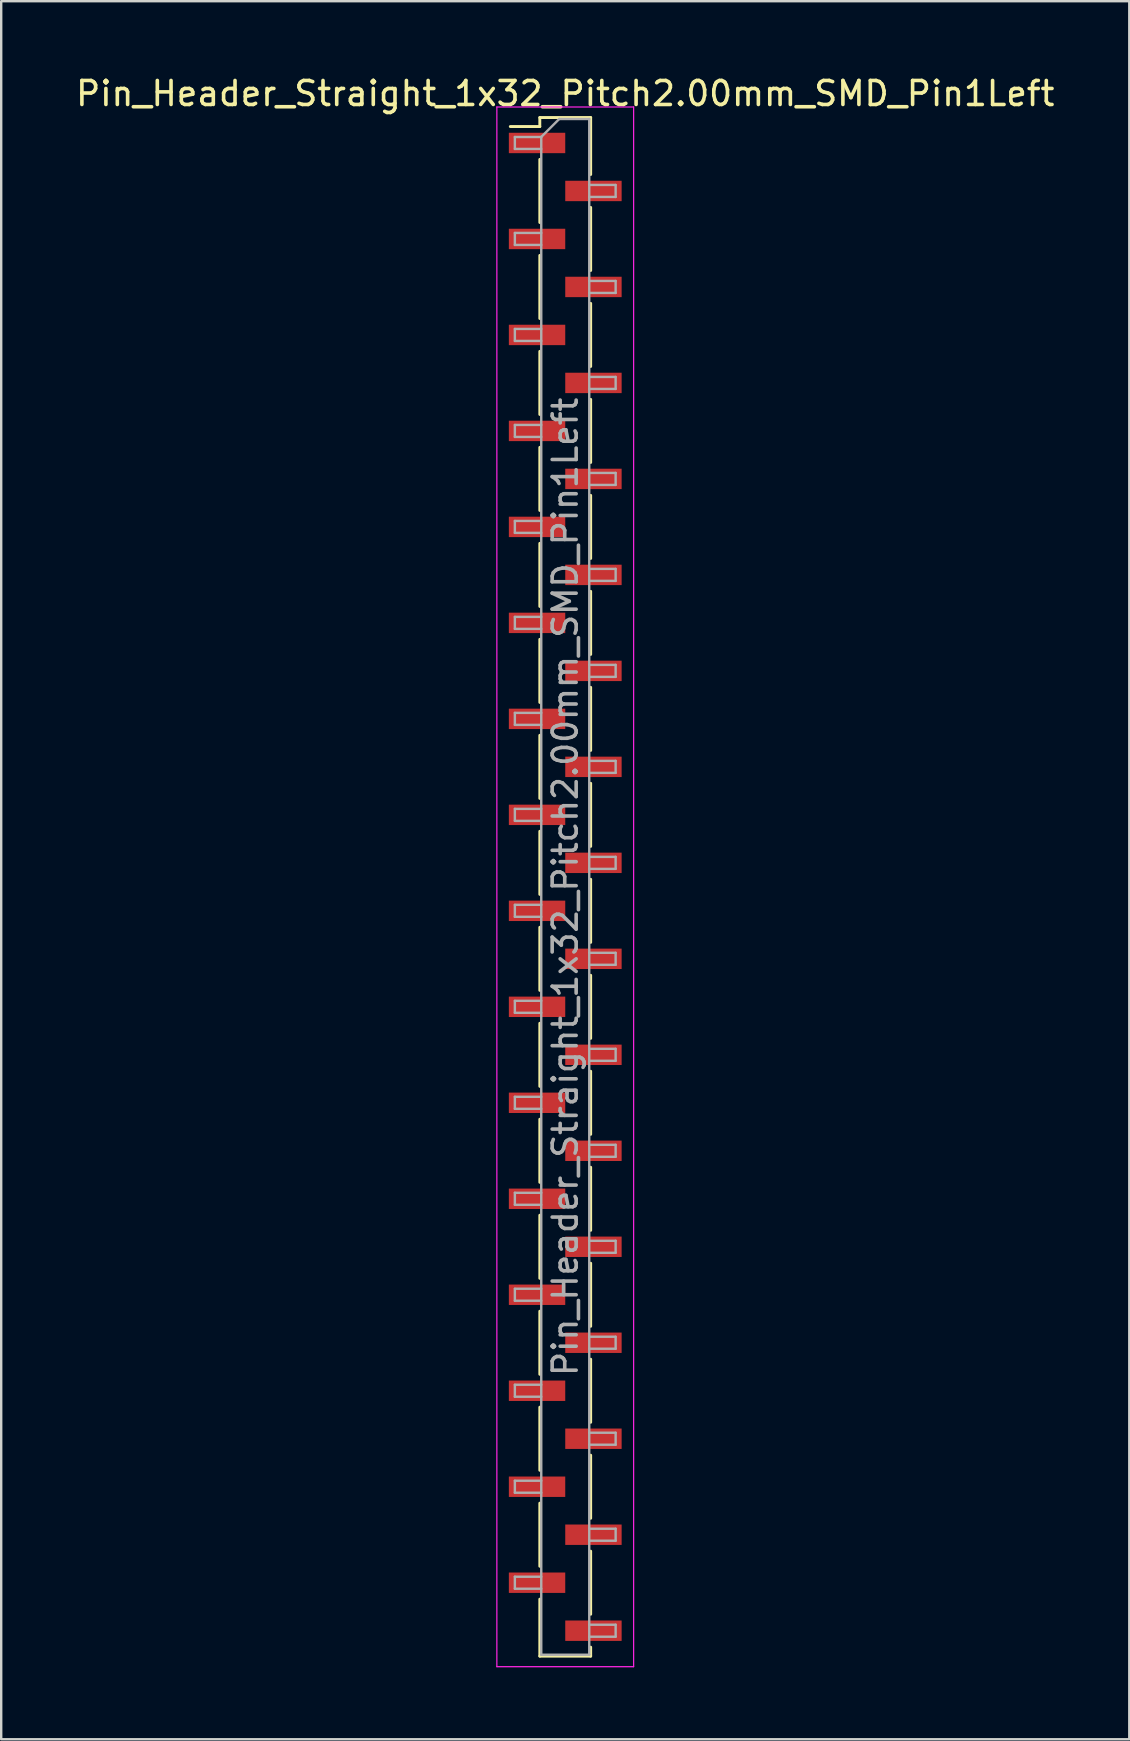
<source format=kicad_pcb>
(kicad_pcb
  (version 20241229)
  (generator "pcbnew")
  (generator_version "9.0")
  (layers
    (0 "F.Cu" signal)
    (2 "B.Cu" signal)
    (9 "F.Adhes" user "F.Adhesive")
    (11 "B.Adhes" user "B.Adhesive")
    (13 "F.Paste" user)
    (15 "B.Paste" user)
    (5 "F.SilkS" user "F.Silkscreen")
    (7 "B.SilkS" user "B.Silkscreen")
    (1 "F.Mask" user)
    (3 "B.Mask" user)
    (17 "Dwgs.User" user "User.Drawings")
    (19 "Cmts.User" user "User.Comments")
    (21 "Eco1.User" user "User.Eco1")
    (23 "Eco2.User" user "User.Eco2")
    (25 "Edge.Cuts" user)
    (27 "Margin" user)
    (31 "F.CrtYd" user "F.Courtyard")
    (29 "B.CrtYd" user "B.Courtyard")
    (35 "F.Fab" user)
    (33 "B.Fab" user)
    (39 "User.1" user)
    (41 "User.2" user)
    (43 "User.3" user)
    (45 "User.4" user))
  (footprint "Pin_Header_Straight_1x32_Pitch2.00mm_SMD_Pin1Left"
    (layer "F.Cu")
    (at 20.506 33.908)
    (property "Reference" "Pin_Header_Straight_1x32_Pitch2.00mm_SMD_Pin1Left" (at 0 -33.06 0) (layer "F.SilkS") (effects (font (size 1 1) (thickness 0.15))))
    (attr smd)
    (fp_line (start -1.06 -32.06) (end -1.06 -31.685) (stroke (width 0.12) (type solid)) (layer "F.SilkS"))
    (fp_line (start -1.06 -32.06) (end 1.06 -32.06) (stroke (width 0.12) (type solid)) (layer "F.SilkS"))
    (fp_line (start -1.06 -31.685) (end -2.29 -31.685) (stroke (width 0.12) (type solid)) (layer "F.SilkS"))
    (fp_line (start -1.06 -30.315) (end -1.06 -27.685) (stroke (width 0.12) (type solid)) (layer "F.SilkS"))
    (fp_line (start -1.06 -26.315) (end -1.06 -23.685) (stroke (width 0.12) (type solid)) (layer "F.SilkS"))
    (fp_line (start -1.06 -22.315) (end -1.06 -19.685) (stroke (width 0.12) (type solid)) (layer "F.SilkS"))
    (fp_line (start -1.06 -18.315) (end -1.06 -15.685) (stroke (width 0.12) (type solid)) (layer "F.SilkS"))
    (fp_line (start -1.06 -14.315) (end -1.06 -11.685) (stroke (width 0.12) (type solid)) (layer "F.SilkS"))
    (fp_line (start -1.06 -10.315) (end -1.06 -7.685) (stroke (width 0.12) (type solid)) (layer "F.SilkS"))
    (fp_line (start -1.06 -6.315) (end -1.06 -3.685) (stroke (width 0.12) (type solid)) (layer "F.SilkS"))
    (fp_line (start -1.06 -2.315) (end -1.06 0.315) (stroke (width 0.12) (type solid)) (layer "F.SilkS"))
    (fp_line (start -1.06 1.685) (end -1.06 4.315) (stroke (width 0.12) (type solid)) (layer "F.SilkS"))
    (fp_line (start -1.06 5.685) (end -1.06 8.315) (stroke (width 0.12) (type solid)) (layer "F.SilkS"))
    (fp_line (start -1.06 9.685) (end -1.06 12.315) (stroke (width 0.12) (type solid)) (layer "F.SilkS"))
    (fp_line (start -1.06 13.685) (end -1.06 16.315) (stroke (width 0.12) (type solid)) (layer "F.SilkS"))
    (fp_line (start -1.06 17.685) (end -1.06 20.315) (stroke (width 0.12) (type solid)) (layer "F.SilkS"))
    (fp_line (start -1.06 21.685) (end -1.06 24.315) (stroke (width 0.12) (type solid)) (layer "F.SilkS"))
    (fp_line (start -1.06 25.685) (end -1.06 28.315) (stroke (width 0.12) (type solid)) (layer "F.SilkS"))
    (fp_line (start -1.06 29.685) (end -1.06 32.06) (stroke (width 0.12) (type solid)) (layer "F.SilkS"))
    (fp_line (start -1.06 32.06) (end 1.06 32.06) (stroke (width 0.12) (type solid)) (layer "F.SilkS"))
    (fp_line (start 1.06 -32.06) (end 1.06 -29.685) (stroke (width 0.12) (type solid)) (layer "F.SilkS"))
    (fp_line (start 1.06 -28.315) (end 1.06 -25.685) (stroke (width 0.12) (type solid)) (layer "F.SilkS"))
    (fp_line (start 1.06 -24.315) (end 1.06 -21.685) (stroke (width 0.12) (type solid)) (layer "F.SilkS"))
    (fp_line (start 1.06 -20.315) (end 1.06 -17.685) (stroke (width 0.12) (type solid)) (layer "F.SilkS"))
    (fp_line (start 1.06 -16.315) (end 1.06 -13.685) (stroke (width 0.12) (type solid)) (layer "F.SilkS"))
    (fp_line (start 1.06 -12.315) (end 1.06 -9.685) (stroke (width 0.12) (type solid)) (layer "F.SilkS"))
    (fp_line (start 1.06 -8.315) (end 1.06 -5.685) (stroke (width 0.12) (type solid)) (layer "F.SilkS"))
    (fp_line (start 1.06 -4.315) (end 1.06 -1.685) (stroke (width 0.12) (type solid)) (layer "F.SilkS"))
    (fp_line (start 1.06 -0.315) (end 1.06 2.315) (stroke (width 0.12) (type solid)) (layer "F.SilkS"))
    (fp_line (start 1.06 3.685) (end 1.06 6.315) (stroke (width 0.12) (type solid)) (layer "F.SilkS"))
    (fp_line (start 1.06 7.685) (end 1.06 10.315) (stroke (width 0.12) (type solid)) (layer "F.SilkS"))
    (fp_line (start 1.06 11.685) (end 1.06 14.315) (stroke (width 0.12) (type solid)) (layer "F.SilkS"))
    (fp_line (start 1.06 15.685) (end 1.06 18.315) (stroke (width 0.12) (type solid)) (layer "F.SilkS"))
    (fp_line (start 1.06 19.685) (end 1.06 22.315) (stroke (width 0.12) (type solid)) (layer "F.SilkS"))
    (fp_line (start 1.06 23.685) (end 1.06 26.315) (stroke (width 0.12) (type solid)) (layer "F.SilkS"))
    (fp_line (start 1.06 27.685) (end 1.06 30.315) (stroke (width 0.12) (type solid)) (layer "F.SilkS"))
    (fp_line (start 1.06 31.685) (end 1.06 32.06) (stroke (width 0.12) (type solid)) (layer "F.SilkS"))
    (fp_line (start -2.85 -32.5) (end -2.85 32.5) (stroke (width 0.05) (type solid)) (layer "F.CrtYd"))
    (fp_line (start -2.85 32.5) (end 2.85 32.5) (stroke (width 0.05) (type solid)) (layer "F.CrtYd"))
    (fp_line (start 2.85 -32.5) (end -2.85 -32.5) (stroke (width 0.05) (type solid)) (layer "F.CrtYd"))
    (fp_line (start 2.85 32.5) (end 2.85 -32.5) (stroke (width 0.05) (type solid)) (layer "F.CrtYd"))
    (fp_line (start -2.1 -31.25) (end -2.1 -30.75) (stroke (width 0.1) (type solid)) (layer "F.Fab"))
    (fp_line (start -2.1 -30.75) (end -1 -30.75) (stroke (width 0.1) (type solid)) (layer "F.Fab"))
    (fp_line (start -2.1 -27.25) (end -2.1 -26.75) (stroke (width 0.1) (type solid)) (layer "F.Fab"))
    (fp_line (start -2.1 -26.75) (end -1 -26.75) (stroke (width 0.1) (type solid)) (layer "F.Fab"))
    (fp_line (start -2.1 -23.25) (end -2.1 -22.75) (stroke (width 0.1) (type solid)) (layer "F.Fab"))
    (fp_line (start -2.1 -22.75) (end -1 -22.75) (stroke (width 0.1) (type solid)) (layer "F.Fab"))
    (fp_line (start -2.1 -19.25) (end -2.1 -18.75) (stroke (width 0.1) (type solid)) (layer "F.Fab"))
    (fp_line (start -2.1 -18.75) (end -1 -18.75) (stroke (width 0.1) (type solid)) (layer "F.Fab"))
    (fp_line (start -2.1 -15.25) (end -2.1 -14.75) (stroke (width 0.1) (type solid)) (layer "F.Fab"))
    (fp_line (start -2.1 -14.75) (end -1 -14.75) (stroke (width 0.1) (type solid)) (layer "F.Fab"))
    (fp_line (start -2.1 -11.25) (end -2.1 -10.75) (stroke (width 0.1) (type solid)) (layer "F.Fab"))
    (fp_line (start -2.1 -10.75) (end -1 -10.75) (stroke (width 0.1) (type solid)) (layer "F.Fab"))
    (fp_line (start -2.1 -7.25) (end -2.1 -6.75) (stroke (width 0.1) (type solid)) (layer "F.Fab"))
    (fp_line (start -2.1 -6.75) (end -1 -6.75) (stroke (width 0.1) (type solid)) (layer "F.Fab"))
    (fp_line (start -2.1 -3.25) (end -2.1 -2.75) (stroke (width 0.1) (type solid)) (layer "F.Fab"))
    (fp_line (start -2.1 -2.75) (end -1 -2.75) (stroke (width 0.1) (type solid)) (layer "F.Fab"))
    (fp_line (start -2.1 0.75) (end -2.1 1.25) (stroke (width 0.1) (type solid)) (layer "F.Fab"))
    (fp_line (start -2.1 1.25) (end -1 1.25) (stroke (width 0.1) (type solid)) (layer "F.Fab"))
    (fp_line (start -2.1 4.75) (end -2.1 5.25) (stroke (width 0.1) (type solid)) (layer "F.Fab"))
    (fp_line (start -2.1 5.25) (end -1 5.25) (stroke (width 0.1) (type solid)) (layer "F.Fab"))
    (fp_line (start -2.1 8.75) (end -2.1 9.25) (stroke (width 0.1) (type solid)) (layer "F.Fab"))
    (fp_line (start -2.1 9.25) (end -1 9.25) (stroke (width 0.1) (type solid)) (layer "F.Fab"))
    (fp_line (start -2.1 12.75) (end -2.1 13.25) (stroke (width 0.1) (type solid)) (layer "F.Fab"))
    (fp_line (start -2.1 13.25) (end -1 13.25) (stroke (width 0.1) (type solid)) (layer "F.Fab"))
    (fp_line (start -2.1 16.75) (end -2.1 17.25) (stroke (width 0.1) (type solid)) (layer "F.Fab"))
    (fp_line (start -2.1 17.25) (end -1 17.25) (stroke (width 0.1) (type solid)) (layer "F.Fab"))
    (fp_line (start -2.1 20.75) (end -2.1 21.25) (stroke (width 0.1) (type solid)) (layer "F.Fab"))
    (fp_line (start -2.1 21.25) (end -1 21.25) (stroke (width 0.1) (type solid)) (layer "F.Fab"))
    (fp_line (start -2.1 24.75) (end -2.1 25.25) (stroke (width 0.1) (type solid)) (layer "F.Fab"))
    (fp_line (start -2.1 25.25) (end -1 25.25) (stroke (width 0.1) (type solid)) (layer "F.Fab"))
    (fp_line (start -2.1 28.75) (end -2.1 29.25) (stroke (width 0.1) (type solid)) (layer "F.Fab"))
    (fp_line (start -2.1 29.25) (end -1 29.25) (stroke (width 0.1) (type solid)) (layer "F.Fab"))
    (fp_line (start -1 -31.25) (end -2.1 -31.25) (stroke (width 0.1) (type solid)) (layer "F.Fab"))
    (fp_line (start -1 -31.25) (end -0.25 -32) (stroke (width 0.1) (type solid)) (layer "F.Fab"))
    (fp_line (start -1 -27.25) (end -2.1 -27.25) (stroke (width 0.1) (type solid)) (layer "F.Fab"))
    (fp_line (start -1 -23.25) (end -2.1 -23.25) (stroke (width 0.1) (type solid)) (layer "F.Fab"))
    (fp_line (start -1 -19.25) (end -2.1 -19.25) (stroke (width 0.1) (type solid)) (layer "F.Fab"))
    (fp_line (start -1 -15.25) (end -2.1 -15.25) (stroke (width 0.1) (type solid)) (layer "F.Fab"))
    (fp_line (start -1 -11.25) (end -2.1 -11.25) (stroke (width 0.1) (type solid)) (layer "F.Fab"))
    (fp_line (start -1 -7.25) (end -2.1 -7.25) (stroke (width 0.1) (type solid)) (layer "F.Fab"))
    (fp_line (start -1 -3.25) (end -2.1 -3.25) (stroke (width 0.1) (type solid)) (layer "F.Fab"))
    (fp_line (start -1 0.75) (end -2.1 0.75) (stroke (width 0.1) (type solid)) (layer "F.Fab"))
    (fp_line (start -1 4.75) (end -2.1 4.75) (stroke (width 0.1) (type solid)) (layer "F.Fab"))
    (fp_line (start -1 8.75) (end -2.1 8.75) (stroke (width 0.1) (type solid)) (layer "F.Fab"))
    (fp_line (start -1 12.75) (end -2.1 12.75) (stroke (width 0.1) (type solid)) (layer "F.Fab"))
    (fp_line (start -1 16.75) (end -2.1 16.75) (stroke (width 0.1) (type solid)) (layer "F.Fab"))
    (fp_line (start -1 20.75) (end -2.1 20.75) (stroke (width 0.1) (type solid)) (layer "F.Fab"))
    (fp_line (start -1 24.75) (end -2.1 24.75) (stroke (width 0.1) (type solid)) (layer "F.Fab"))
    (fp_line (start -1 28.75) (end -2.1 28.75) (stroke (width 0.1) (type solid)) (layer "F.Fab"))
    (fp_line (start -1 32) (end -1 -31.25) (stroke (width 0.1) (type solid)) (layer "F.Fab"))
    (fp_line (start -0.25 -32) (end 1 -32) (stroke (width 0.1) (type solid)) (layer "F.Fab"))
    (fp_line (start 1 -32) (end 1 32) (stroke (width 0.1) (type solid)) (layer "F.Fab"))
    (fp_line (start 1 -29.25) (end 2.1 -29.25) (stroke (width 0.1) (type solid)) (layer "F.Fab"))
    (fp_line (start 1 -25.25) (end 2.1 -25.25) (stroke (width 0.1) (type solid)) (layer "F.Fab"))
    (fp_line (start 1 -21.25) (end 2.1 -21.25) (stroke (width 0.1) (type solid)) (layer "F.Fab"))
    (fp_line (start 1 -17.25) (end 2.1 -17.25) (stroke (width 0.1) (type solid)) (layer "F.Fab"))
    (fp_line (start 1 -13.25) (end 2.1 -13.25) (stroke (width 0.1) (type solid)) (layer "F.Fab"))
    (fp_line (start 1 -9.25) (end 2.1 -9.25) (stroke (width 0.1) (type solid)) (layer "F.Fab"))
    (fp_line (start 1 -5.25) (end 2.1 -5.25) (stroke (width 0.1) (type solid)) (layer "F.Fab"))
    (fp_line (start 1 -1.25) (end 2.1 -1.25) (stroke (width 0.1) (type solid)) (layer "F.Fab"))
    (fp_line (start 1 2.75) (end 2.1 2.75) (stroke (width 0.1) (type solid)) (layer "F.Fab"))
    (fp_line (start 1 6.75) (end 2.1 6.75) (stroke (width 0.1) (type solid)) (layer "F.Fab"))
    (fp_line (start 1 10.75) (end 2.1 10.75) (stroke (width 0.1) (type solid)) (layer "F.Fab"))
    (fp_line (start 1 14.75) (end 2.1 14.75) (stroke (width 0.1) (type solid)) (layer "F.Fab"))
    (fp_line (start 1 18.75) (end 2.1 18.75) (stroke (width 0.1) (type solid)) (layer "F.Fab"))
    (fp_line (start 1 22.75) (end 2.1 22.75) (stroke (width 0.1) (type solid)) (layer "F.Fab"))
    (fp_line (start 1 26.75) (end 2.1 26.75) (stroke (width 0.1) (type solid)) (layer "F.Fab"))
    (fp_line (start 1 30.75) (end 2.1 30.75) (stroke (width 0.1) (type solid)) (layer "F.Fab"))
    (fp_line (start 1 32) (end -1 32) (stroke (width 0.1) (type solid)) (layer "F.Fab"))
    (fp_line (start 2.1 -29.25) (end 2.1 -28.75) (stroke (width 0.1) (type solid)) (layer "F.Fab"))
    (fp_line (start 2.1 -28.75) (end 1 -28.75) (stroke (width 0.1) (type solid)) (layer "F.Fab"))
    (fp_line (start 2.1 -25.25) (end 2.1 -24.75) (stroke (width 0.1) (type solid)) (layer "F.Fab"))
    (fp_line (start 2.1 -24.75) (end 1 -24.75) (stroke (width 0.1) (type solid)) (layer "F.Fab"))
    (fp_line (start 2.1 -21.25) (end 2.1 -20.75) (stroke (width 0.1) (type solid)) (layer "F.Fab"))
    (fp_line (start 2.1 -20.75) (end 1 -20.75) (stroke (width 0.1) (type solid)) (layer "F.Fab"))
    (fp_line (start 2.1 -17.25) (end 2.1 -16.75) (stroke (width 0.1) (type solid)) (layer "F.Fab"))
    (fp_line (start 2.1 -16.75) (end 1 -16.75) (stroke (width 0.1) (type solid)) (layer "F.Fab"))
    (fp_line (start 2.1 -13.25) (end 2.1 -12.75) (stroke (width 0.1) (type solid)) (layer "F.Fab"))
    (fp_line (start 2.1 -12.75) (end 1 -12.75) (stroke (width 0.1) (type solid)) (layer "F.Fab"))
    (fp_line (start 2.1 -9.25) (end 2.1 -8.75) (stroke (width 0.1) (type solid)) (layer "F.Fab"))
    (fp_line (start 2.1 -8.75) (end 1 -8.75) (stroke (width 0.1) (type solid)) (layer "F.Fab"))
    (fp_line (start 2.1 -5.25) (end 2.1 -4.75) (stroke (width 0.1) (type solid)) (layer "F.Fab"))
    (fp_line (start 2.1 -4.75) (end 1 -4.75) (stroke (width 0.1) (type solid)) (layer "F.Fab"))
    (fp_line (start 2.1 -1.25) (end 2.1 -0.75) (stroke (width 0.1) (type solid)) (layer "F.Fab"))
    (fp_line (start 2.1 -0.75) (end 1 -0.75) (stroke (width 0.1) (type solid)) (layer "F.Fab"))
    (fp_line (start 2.1 2.75) (end 2.1 3.25) (stroke (width 0.1) (type solid)) (layer "F.Fab"))
    (fp_line (start 2.1 3.25) (end 1 3.25) (stroke (width 0.1) (type solid)) (layer "F.Fab"))
    (fp_line (start 2.1 6.75) (end 2.1 7.25) (stroke (width 0.1) (type solid)) (layer "F.Fab"))
    (fp_line (start 2.1 7.25) (end 1 7.25) (stroke (width 0.1) (type solid)) (layer "F.Fab"))
    (fp_line (start 2.1 10.75) (end 2.1 11.25) (stroke (width 0.1) (type solid)) (layer "F.Fab"))
    (fp_line (start 2.1 11.25) (end 1 11.25) (stroke (width 0.1) (type solid)) (layer "F.Fab"))
    (fp_line (start 2.1 14.75) (end 2.1 15.25) (stroke (width 0.1) (type solid)) (layer "F.Fab"))
    (fp_line (start 2.1 15.25) (end 1 15.25) (stroke (width 0.1) (type solid)) (layer "F.Fab"))
    (fp_line (start 2.1 18.75) (end 2.1 19.25) (stroke (width 0.1) (type solid)) (layer "F.Fab"))
    (fp_line (start 2.1 19.25) (end 1 19.25) (stroke (width 0.1) (type solid)) (layer "F.Fab"))
    (fp_line (start 2.1 22.75) (end 2.1 23.25) (stroke (width 0.1) (type solid)) (layer "F.Fab"))
    (fp_line (start 2.1 23.25) (end 1 23.25) (stroke (width 0.1) (type solid)) (layer "F.Fab"))
    (fp_line (start 2.1 26.75) (end 2.1 27.25) (stroke (width 0.1) (type solid)) (layer "F.Fab"))
    (fp_line (start 2.1 27.25) (end 1 27.25) (stroke (width 0.1) (type solid)) (layer "F.Fab"))
    (fp_line (start 2.1 30.75) (end 2.1 31.25) (stroke (width 0.1) (type solid)) (layer "F.Fab"))
    (fp_line (start 2.1 31.25) (end 1 31.25) (stroke (width 0.1) (type solid)) (layer "F.Fab"))
    (fp_text user "${REFERENCE}" (at 0 0 90) (layer "F.Fab") (effects (font (size 1 1) (thickness 0.15))))
    (pad "1" smd rect (at -1.175 -31) (size 2.35 0.85) (layers "F.Cu" "F.Mask" "F.Paste"))
    (pad "2" smd rect (at 1.175 -29) (size 2.35 0.85) (layers "F.Cu" "F.Mask" "F.Paste"))
    (pad "3" smd rect (at -1.175 -27) (size 2.35 0.85) (layers "F.Cu" "F.Mask" "F.Paste"))
    (pad "4" smd rect (at 1.175 -25) (size 2.35 0.85) (layers "F.Cu" "F.Mask" "F.Paste"))
    (pad "5" smd rect (at -1.175 -23) (size 2.35 0.85) (layers "F.Cu" "F.Mask" "F.Paste"))
    (pad "6" smd rect (at 1.175 -21) (size 2.35 0.85) (layers "F.Cu" "F.Mask" "F.Paste"))
    (pad "7" smd rect (at -1.175 -19) (size 2.35 0.85) (layers "F.Cu" "F.Mask" "F.Paste"))
    (pad "8" smd rect (at 1.175 -17) (size 2.35 0.85) (layers "F.Cu" "F.Mask" "F.Paste"))
    (pad "9" smd rect (at -1.175 -15) (size 2.35 0.85) (layers "F.Cu" "F.Mask" "F.Paste"))
    (pad "10" smd rect (at 1.175 -13) (size 2.35 0.85) (layers "F.Cu" "F.Mask" "F.Paste"))
    (pad "11" smd rect (at -1.175 -11) (size 2.35 0.85) (layers "F.Cu" "F.Mask" "F.Paste"))
    (pad "12" smd rect (at 1.175 -9) (size 2.35 0.85) (layers "F.Cu" "F.Mask" "F.Paste"))
    (pad "13" smd rect (at -1.175 -7) (size 2.35 0.85) (layers "F.Cu" "F.Mask" "F.Paste"))
    (pad "14" smd rect (at 1.175 -5) (size 2.35 0.85) (layers "F.Cu" "F.Mask" "F.Paste"))
    (pad "15" smd rect (at -1.175 -3) (size 2.35 0.85) (layers "F.Cu" "F.Mask" "F.Paste"))
    (pad "16" smd rect (at 1.175 -1) (size 2.35 0.85) (layers "F.Cu" "F.Mask" "F.Paste"))
    (pad "17" smd rect (at -1.175 1) (size 2.35 0.85) (layers "F.Cu" "F.Mask" "F.Paste"))
    (pad "18" smd rect (at 1.175 3) (size 2.35 0.85) (layers "F.Cu" "F.Mask" "F.Paste"))
    (pad "19" smd rect (at -1.175 5) (size 2.35 0.85) (layers "F.Cu" "F.Mask" "F.Paste"))
    (pad "20" smd rect (at 1.175 7) (size 2.35 0.85) (layers "F.Cu" "F.Mask" "F.Paste"))
    (pad "21" smd rect (at -1.175 9) (size 2.35 0.85) (layers "F.Cu" "F.Mask" "F.Paste"))
    (pad "22" smd rect (at 1.175 11) (size 2.35 0.85) (layers "F.Cu" "F.Mask" "F.Paste"))
    (pad "23" smd rect (at -1.175 13) (size 2.35 0.85) (layers "F.Cu" "F.Mask" "F.Paste"))
    (pad "24" smd rect (at 1.175 15) (size 2.35 0.85) (layers "F.Cu" "F.Mask" "F.Paste"))
    (pad "25" smd rect (at -1.175 17) (size 2.35 0.85) (layers "F.Cu" "F.Mask" "F.Paste"))
    (pad "26" smd rect (at 1.175 19) (size 2.35 0.85) (layers "F.Cu" "F.Mask" "F.Paste"))
    (pad "27" smd rect (at -1.175 21) (size 2.35 0.85) (layers "F.Cu" "F.Mask" "F.Paste"))
    (pad "28" smd rect (at 1.175 23) (size 2.35 0.85) (layers "F.Cu" "F.Mask" "F.Paste"))
    (pad "29" smd rect (at -1.175 25) (size 2.35 0.85) (layers "F.Cu" "F.Mask" "F.Paste"))
    (pad "30" smd rect (at 1.175 27) (size 2.35 0.85) (layers "F.Cu" "F.Mask" "F.Paste"))
    (pad "31" smd rect (at -1.175 29) (size 2.35 0.85) (layers "F.Cu" "F.Mask" "F.Paste"))
    (pad "32" smd rect (at 1.175 31) (size 2.35 0.85) (layers "F.Cu" "F.Mask" "F.Paste")))
  (gr_rect
    (start -3 -3)
    (end 44.012 69.433)
    (stroke (width 0.1) (type default))
    (fill no)
    (layer "Edge.Cuts")))
</source>
